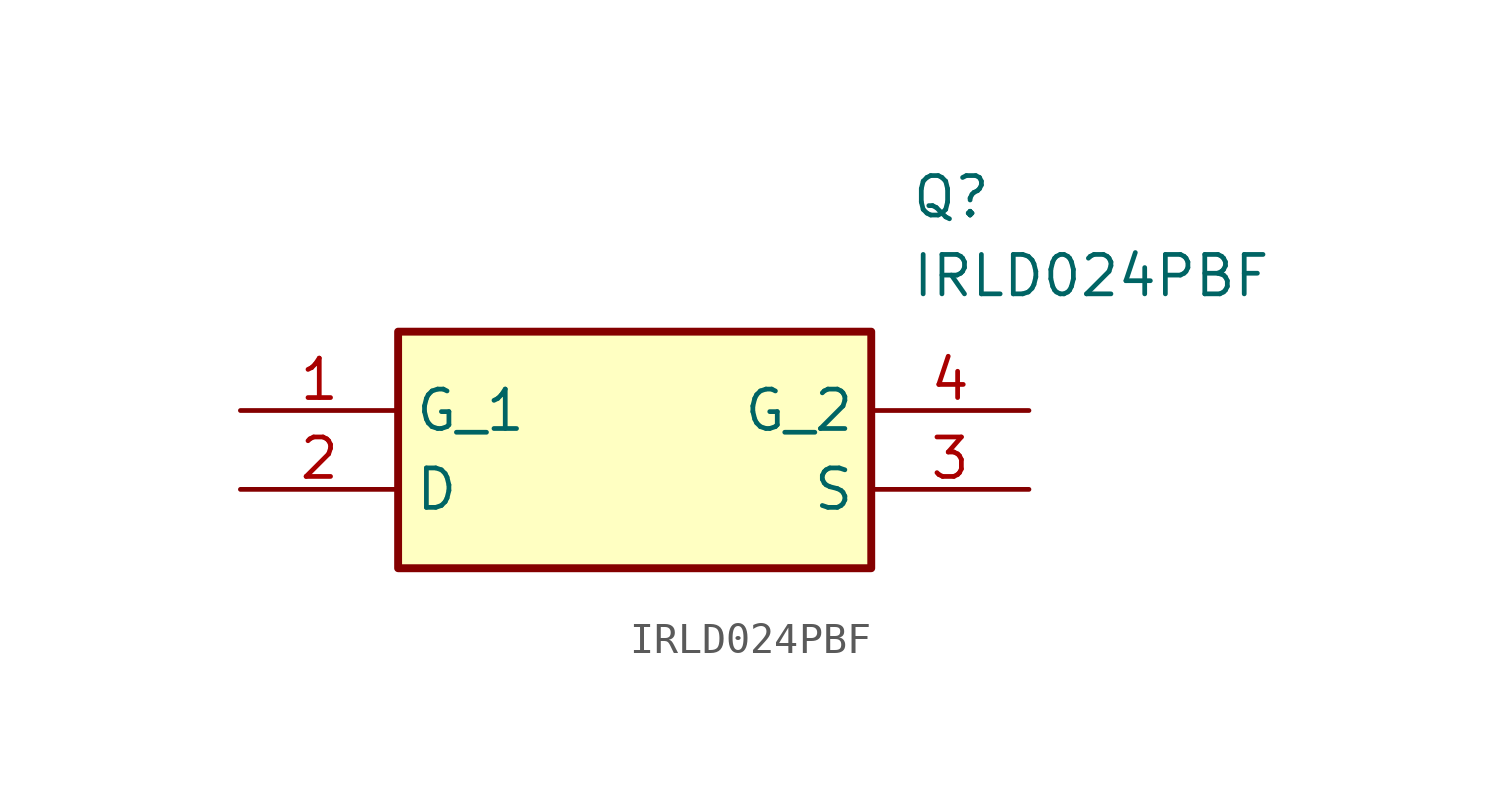
<source format=kicad_sym>
(kicad_symbol_lib
  (version 20211014)
  (generator SamacSys_ECAD_Model)
  (symbol "IRLD024PBF"
    (property "Reference" "Q"
      (at 21.59 7.62 0)
      (effects (font (size 1.27 1.27)) (justify left top)))
    (property "Value" "IRLD024PBF"
      (at 21.59 5.08 0)
      (effects (font (size 1.27 1.27)) (justify left top)))
    (rectangle
      (start 5.08 2.54)
      (end 20.32 -5.08)
      (stroke (width 0.254) (type default))
      (fill (type background)))
    (pin passive line
      (at 0 0 0)
      (length 5.08)
      (name "G_1" (effects (font (size 1.27 1.27))))
      (number "1" (effects (font (size 1.27 1.27)))))
    (pin passive line
      (at 0 -2.54 0)
      (length 5.08)
      (name "D" (effects (font (size 1.27 1.27))))
      (number "2" (effects (font (size 1.27 1.27)))))
    (pin passive line
      (at 25.4 0 180)
      (length 5.08)
      (name "G_2" (effects (font (size 1.27 1.27))))
      (number "4" (effects (font (size 1.27 1.27)))))
    (pin passive line
      (at 25.4 -2.54 180)
      (length 5.08)
      (name "S" (effects (font (size 1.27 1.27))))
      (number "3" (effects (font (size 1.27 1.27)))))))
</source>
